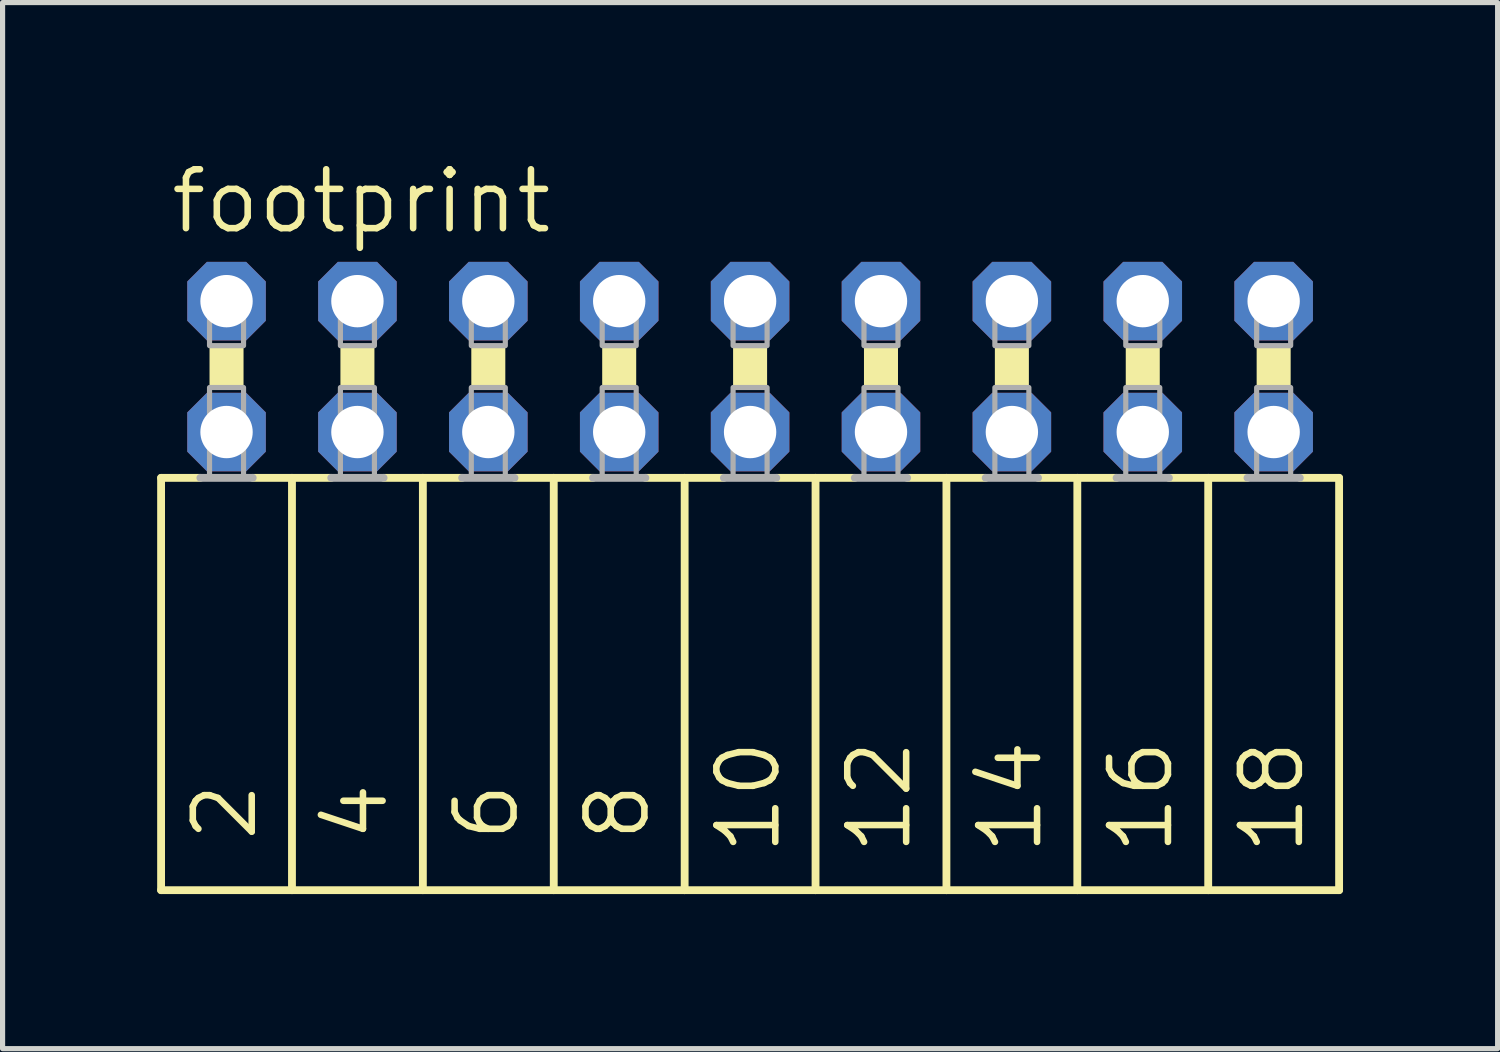
<source format=kicad_pcb>
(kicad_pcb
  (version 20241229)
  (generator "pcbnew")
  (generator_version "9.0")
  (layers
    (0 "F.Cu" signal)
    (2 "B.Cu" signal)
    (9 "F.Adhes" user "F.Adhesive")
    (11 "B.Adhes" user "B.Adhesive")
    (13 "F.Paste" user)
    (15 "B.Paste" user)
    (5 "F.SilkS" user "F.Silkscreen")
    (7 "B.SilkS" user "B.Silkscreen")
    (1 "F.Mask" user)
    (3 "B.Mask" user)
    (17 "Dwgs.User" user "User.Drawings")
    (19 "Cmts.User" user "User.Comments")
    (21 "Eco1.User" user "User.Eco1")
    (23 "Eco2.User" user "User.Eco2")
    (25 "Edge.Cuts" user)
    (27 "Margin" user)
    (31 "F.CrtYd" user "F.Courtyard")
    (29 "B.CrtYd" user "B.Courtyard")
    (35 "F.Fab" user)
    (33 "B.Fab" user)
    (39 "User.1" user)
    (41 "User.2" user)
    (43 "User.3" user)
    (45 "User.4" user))
  (footprint "footprint"
    (layer "F.Cu")
    (at 11.506 4.064)
    (property "Reference" "footprint" (at -11.303 -2.54 0) (layer "F.SilkS") (effects (font (size 1.143 1.143) (thickness 0.127)) (justify left bottom)))
    (fp_line (start -11.43 2.159) (end -11.43 10.16) (stroke (width 0.152) (type solid)) (layer "F.SilkS"))
    (fp_line (start -11.43 2.159) (end -10.668 2.159) (stroke (width 0.152) (type solid)) (layer "F.SilkS"))
    (fp_line (start -9.652 2.159) (end -8.89 2.159) (stroke (width 0.152) (type solid)) (layer "F.SilkS"))
    (fp_line (start -8.89 2.159) (end -8.89 10.16) (stroke (width 0.152) (type solid)) (layer "F.SilkS"))
    (fp_line (start -8.89 2.159) (end -8.128 2.159) (stroke (width 0.152) (type solid)) (layer "F.SilkS"))
    (fp_line (start -8.89 10.16) (end -11.43 10.16) (stroke (width 0.152) (type solid)) (layer "F.SilkS"))
    (fp_line (start -7.112 2.159) (end -6.35 2.159) (stroke (width 0.152) (type solid)) (layer "F.SilkS"))
    (fp_line (start -6.35 2.159) (end -6.35 10.16) (stroke (width 0.152) (type solid)) (layer "F.SilkS"))
    (fp_line (start -6.35 2.159) (end -5.588 2.159) (stroke (width 0.152) (type solid)) (layer "F.SilkS"))
    (fp_line (start -6.35 10.16) (end -8.89 10.16) (stroke (width 0.152) (type solid)) (layer "F.SilkS"))
    (fp_line (start -4.572 2.159) (end -3.81 2.159) (stroke (width 0.152) (type solid)) (layer "F.SilkS"))
    (fp_line (start -3.81 2.159) (end -3.81 10.16) (stroke (width 0.152) (type solid)) (layer "F.SilkS"))
    (fp_line (start -3.81 10.16) (end -6.35 10.16) (stroke (width 0.152) (type solid)) (layer "F.SilkS"))
    (fp_line (start -3.048 2.159) (end -3.81 2.159) (stroke (width 0.152) (type solid)) (layer "F.SilkS"))
    (fp_line (start -1.27 2.159) (end -2.032 2.159) (stroke (width 0.152) (type solid)) (layer "F.SilkS"))
    (fp_line (start -1.27 2.159) (end -1.27 10.16) (stroke (width 0.152) (type solid)) (layer "F.SilkS"))
    (fp_line (start -1.27 2.159) (end -0.508 2.159) (stroke (width 0.152) (type solid)) (layer "F.SilkS"))
    (fp_line (start -1.27 10.16) (end -3.81 10.16) (stroke (width 0.152) (type solid)) (layer "F.SilkS"))
    (fp_line (start 0.508 2.159) (end 1.27 2.159) (stroke (width 0.152) (type solid)) (layer "F.SilkS"))
    (fp_line (start 1.27 2.159) (end 1.27 10.16) (stroke (width 0.152) (type solid)) (layer "F.SilkS"))
    (fp_line (start 1.27 2.159) (end 2.032 2.159) (stroke (width 0.152) (type solid)) (layer "F.SilkS"))
    (fp_line (start 1.27 10.16) (end -1.27 10.16) (stroke (width 0.152) (type solid)) (layer "F.SilkS"))
    (fp_line (start 3.048 2.159) (end 3.81 2.159) (stroke (width 0.152) (type solid)) (layer "F.SilkS"))
    (fp_line (start 3.81 2.159) (end 3.81 10.16) (stroke (width 0.152) (type solid)) (layer "F.SilkS"))
    (fp_line (start 3.81 2.159) (end 4.572 2.159) (stroke (width 0.152) (type solid)) (layer "F.SilkS"))
    (fp_line (start 3.81 10.16) (end 1.27 10.16) (stroke (width 0.152) (type solid)) (layer "F.SilkS"))
    (fp_line (start 5.588 2.159) (end 6.35 2.159) (stroke (width 0.152) (type solid)) (layer "F.SilkS"))
    (fp_line (start 6.35 2.159) (end 6.35 10.16) (stroke (width 0.152) (type solid)) (layer "F.SilkS"))
    (fp_line (start 6.35 2.159) (end 7.112 2.159) (stroke (width 0.152) (type solid)) (layer "F.SilkS"))
    (fp_line (start 6.35 10.16) (end 3.81 10.16) (stroke (width 0.152) (type solid)) (layer "F.SilkS"))
    (fp_line (start 8.128 2.159) (end 8.89 2.159) (stroke (width 0.152) (type solid)) (layer "F.SilkS"))
    (fp_line (start 8.89 2.159) (end 8.89 10.16) (stroke (width 0.152) (type solid)) (layer "F.SilkS"))
    (fp_line (start 8.89 2.159) (end 9.652 2.159) (stroke (width 0.152) (type solid)) (layer "F.SilkS"))
    (fp_line (start 8.89 10.16) (end 6.35 10.16) (stroke (width 0.152) (type solid)) (layer "F.SilkS"))
    (fp_line (start 10.668 2.159) (end 11.43 2.159) (stroke (width 0.152) (type solid)) (layer "F.SilkS"))
    (fp_line (start 11.43 2.159) (end 11.43 10.16) (stroke (width 0.152) (type solid)) (layer "F.SilkS"))
    (fp_line (start 11.43 10.16) (end 8.89 10.16) (stroke (width 0.152) (type solid)) (layer "F.SilkS"))
    (fp_poly (pts (xy -10.49 0.406) (xy -9.83 0.406) (xy -9.83 -0.406) (xy -10.49 -0.406)) (stroke (width 0) (type solid)) (fill yes) (layer "F.SilkS"))
    (fp_poly (pts (xy -7.95 0.406) (xy -7.29 0.406) (xy -7.29 -0.406) (xy -7.95 -0.406)) (stroke (width 0) (type solid)) (fill yes) (layer "F.SilkS"))
    (fp_poly (pts (xy -5.41 0.406) (xy -4.75 0.406) (xy -4.75 -0.406) (xy -5.41 -0.406)) (stroke (width 0) (type solid)) (fill yes) (layer "F.SilkS"))
    (fp_poly (pts (xy -2.87 0.406) (xy -2.21 0.406) (xy -2.21 -0.406) (xy -2.87 -0.406)) (stroke (width 0) (type solid)) (fill yes) (layer "F.SilkS"))
    (fp_poly (pts (xy -0.33 0.406) (xy 0.33 0.406) (xy 0.33 -0.406) (xy -0.33 -0.406)) (stroke (width 0) (type solid)) (fill yes) (layer "F.SilkS"))
    (fp_poly (pts (xy 2.21 0.406) (xy 2.87 0.406) (xy 2.87 -0.406) (xy 2.21 -0.406)) (stroke (width 0) (type solid)) (fill yes) (layer "F.SilkS"))
    (fp_poly (pts (xy 4.75 0.406) (xy 5.41 0.406) (xy 5.41 -0.406) (xy 4.75 -0.406)) (stroke (width 0) (type solid)) (fill yes) (layer "F.SilkS"))
    (fp_poly (pts (xy 7.29 0.406) (xy 7.95 0.406) (xy 7.95 -0.406) (xy 7.29 -0.406)) (stroke (width 0) (type solid)) (fill yes) (layer "F.SilkS"))
    (fp_poly (pts (xy 9.83 0.406) (xy 10.49 0.406) (xy 10.49 -0.406) (xy 9.83 -0.406)) (stroke (width 0) (type solid)) (fill yes) (layer "F.SilkS"))
    (fp_line (start -10.668 2.159) (end -9.652 2.159) (stroke (width 0.152) (type solid)) (layer "F.Fab"))
    (fp_line (start -8.128 2.159) (end -7.112 2.159) (stroke (width 0.152) (type solid)) (layer "F.Fab"))
    (fp_line (start -5.588 2.159) (end -4.572 2.159) (stroke (width 0.152) (type solid)) (layer "F.Fab"))
    (fp_line (start -2.032 2.159) (end -3.048 2.159) (stroke (width 0.152) (type solid)) (layer "F.Fab"))
    (fp_line (start -0.508 2.159) (end 0.508 2.159) (stroke (width 0.152) (type solid)) (layer "F.Fab"))
    (fp_line (start 2.032 2.159) (end 3.048 2.159) (stroke (width 0.152) (type solid)) (layer "F.Fab"))
    (fp_line (start 4.572 2.159) (end 5.588 2.159) (stroke (width 0.152) (type solid)) (layer "F.Fab"))
    (fp_line (start 7.112 2.159) (end 8.128 2.159) (stroke (width 0.152) (type solid)) (layer "F.Fab"))
    (fp_line (start 9.652 2.159) (end 10.668 2.159) (stroke (width 0.152) (type solid)) (layer "F.Fab"))
    (fp_poly (pts (xy -10.49 -0.406) (xy -9.83 -0.406) (xy -9.83 -1.575) (xy -10.49 -1.575)) (stroke (width 0.1) (type solid)) (fill no) (layer "F.Fab"))
    (fp_poly (pts (xy -10.49 2.134) (xy -9.83 2.134) (xy -9.83 0.406) (xy -10.49 0.406)) (stroke (width 0.1) (type solid)) (fill no) (layer "F.Fab"))
    (fp_poly (pts (xy -7.95 -0.406) (xy -7.29 -0.406) (xy -7.29 -1.575) (xy -7.95 -1.575)) (stroke (width 0.1) (type solid)) (fill no) (layer "F.Fab"))
    (fp_poly (pts (xy -7.95 2.134) (xy -7.29 2.134) (xy -7.29 0.406) (xy -7.95 0.406)) (stroke (width 0.1) (type solid)) (fill no) (layer "F.Fab"))
    (fp_poly (pts (xy -5.41 -0.406) (xy -4.75 -0.406) (xy -4.75 -1.575) (xy -5.41 -1.575)) (stroke (width 0.1) (type solid)) (fill no) (layer "F.Fab"))
    (fp_poly (pts (xy -5.41 2.134) (xy -4.75 2.134) (xy -4.75 0.406) (xy -5.41 0.406)) (stroke (width 0.1) (type solid)) (fill no) (layer "F.Fab"))
    (fp_poly (pts (xy -2.87 -0.406) (xy -2.21 -0.406) (xy -2.21 -1.575) (xy -2.87 -1.575)) (stroke (width 0.1) (type solid)) (fill no) (layer "F.Fab"))
    (fp_poly (pts (xy -2.87 2.134) (xy -2.21 2.134) (xy -2.21 0.406) (xy -2.87 0.406)) (stroke (width 0.1) (type solid)) (fill no) (layer "F.Fab"))
    (fp_poly (pts (xy -0.33 -0.406) (xy 0.33 -0.406) (xy 0.33 -1.575) (xy -0.33 -1.575)) (stroke (width 0.1) (type solid)) (fill no) (layer "F.Fab"))
    (fp_poly (pts (xy -0.33 2.134) (xy 0.33 2.134) (xy 0.33 0.406) (xy -0.33 0.406)) (stroke (width 0.1) (type solid)) (fill no) (layer "F.Fab"))
    (fp_poly (pts (xy 2.21 -0.406) (xy 2.87 -0.406) (xy 2.87 -1.575) (xy 2.21 -1.575)) (stroke (width 0.1) (type solid)) (fill no) (layer "F.Fab"))
    (fp_poly (pts (xy 2.21 2.134) (xy 2.87 2.134) (xy 2.87 0.406) (xy 2.21 0.406)) (stroke (width 0.1) (type solid)) (fill no) (layer "F.Fab"))
    (fp_poly (pts (xy 4.75 -0.406) (xy 5.41 -0.406) (xy 5.41 -1.575) (xy 4.75 -1.575)) (stroke (width 0.1) (type solid)) (fill no) (layer "F.Fab"))
    (fp_poly (pts (xy 4.75 2.134) (xy 5.41 2.134) (xy 5.41 0.406) (xy 4.75 0.406)) (stroke (width 0.1) (type solid)) (fill no) (layer "F.Fab"))
    (fp_poly (pts (xy 7.29 -0.406) (xy 7.95 -0.406) (xy 7.95 -1.575) (xy 7.29 -1.575)) (stroke (width 0.1) (type solid)) (fill no) (layer "F.Fab"))
    (fp_poly (pts (xy 7.29 2.134) (xy 7.95 2.134) (xy 7.95 0.406) (xy 7.29 0.406)) (stroke (width 0.1) (type solid)) (fill no) (layer "F.Fab"))
    (fp_poly (pts (xy 9.83 -0.406) (xy 10.49 -0.406) (xy 10.49 -1.575) (xy 9.83 -1.575)) (stroke (width 0.1) (type solid)) (fill no) (layer "F.Fab"))
    (fp_poly (pts (xy 9.83 2.134) (xy 10.49 2.134) (xy 10.49 0.406) (xy 9.83 0.406)) (stroke (width 0.1) (type solid)) (fill no) (layer "F.Fab"))
    (fp_text user "10" (at 0.635 9.525 90) (layer "F.SilkS") (effects (font (size 1.143 1.143) (thickness 0.127)) (justify left bottom)))
    (fp_text user "4" (at -6.985 9.271 90) (layer "F.SilkS") (effects (font (size 1.143 1.143) (thickness 0.127)) (justify left bottom)))
    (fp_text user "16" (at 8.255 9.525 90) (layer "F.SilkS") (effects (font (size 1.143 1.143) (thickness 0.127)) (justify left bottom)))
    (fp_text user "6" (at -4.445 9.271 90) (layer "F.SilkS") (effects (font (size 1.143 1.143) (thickness 0.127)) (justify left bottom)))
    (fp_text user "14" (at 5.715 9.525 90) (layer "F.SilkS") (effects (font (size 1.143 1.143) (thickness 0.127)) (justify left bottom)))
    (fp_text user "8" (at -1.905 9.271 90) (layer "F.SilkS") (effects (font (size 1.143 1.143) (thickness 0.127)) (justify left bottom)))
    (fp_text user "2" (at -9.525 9.271 90) (layer "F.SilkS") (effects (font (size 1.143 1.143) (thickness 0.127)) (justify left bottom)))
    (fp_text user "12" (at 3.175 9.525 90) (layer "F.SilkS") (effects (font (size 1.143 1.143) (thickness 0.127)) (justify left bottom)))
    (fp_text user "18" (at 10.795 9.525 90) (layer "F.SilkS") (effects (font (size 1.143 1.143) (thickness 0.127)) (justify left bottom)))
    (pad "1" thru_hole roundrect (at -10.16 -1.27) (size 1.524 1.524) (drill 1.016) (layers "*.Cu" "*.Mask") (roundrect_rratio 0.25) (chamfer_ratio 0.25) (chamfer top_left top_right bottom_left bottom_right))
    (pad "2" thru_hole roundrect (at -10.16 1.27) (size 1.524 1.524) (drill 1.016) (layers "*.Cu" "*.Mask") (roundrect_rratio 0.25) (chamfer_ratio 0.25) (chamfer top_left top_right bottom_left bottom_right))
    (pad "3" thru_hole roundrect (at -7.62 -1.27) (size 1.524 1.524) (drill 1.016) (layers "*.Cu" "*.Mask") (roundrect_rratio 0.25) (chamfer_ratio 0.25) (chamfer top_left top_right bottom_left bottom_right))
    (pad "4" thru_hole roundrect (at -7.62 1.27) (size 1.524 1.524) (drill 1.016) (layers "*.Cu" "*.Mask") (roundrect_rratio 0.25) (chamfer_ratio 0.25) (chamfer top_left top_right bottom_left bottom_right))
    (pad "5" thru_hole roundrect (at -5.08 -1.27) (size 1.524 1.524) (drill 1.016) (layers "*.Cu" "*.Mask") (roundrect_rratio 0.25) (chamfer_ratio 0.25) (chamfer top_left top_right bottom_left bottom_right))
    (pad "6" thru_hole roundrect (at -5.08 1.27) (size 1.524 1.524) (drill 1.016) (layers "*.Cu" "*.Mask") (roundrect_rratio 0.25) (chamfer_ratio 0.25) (chamfer top_left top_right bottom_left bottom_right))
    (pad "7" thru_hole roundrect (at -2.54 -1.27) (size 1.524 1.524) (drill 1.016) (layers "*.Cu" "*.Mask") (roundrect_rratio 0.25) (chamfer_ratio 0.25) (chamfer top_left top_right bottom_left bottom_right))
    (pad "8" thru_hole roundrect (at -2.54 1.27) (size 1.524 1.524) (drill 1.016) (layers "*.Cu" "*.Mask") (roundrect_rratio 0.25) (chamfer_ratio 0.25) (chamfer top_left top_right bottom_left bottom_right))
    (pad "9" thru_hole roundrect (at 0 -1.27) (size 1.524 1.524) (drill 1.016) (layers "*.Cu" "*.Mask") (roundrect_rratio 0.25) (chamfer_ratio 0.25) (chamfer top_left top_right bottom_left bottom_right))
    (pad "10" thru_hole roundrect (at 0 1.27) (size 1.524 1.524) (drill 1.016) (layers "*.Cu" "*.Mask") (roundrect_rratio 0.25) (chamfer_ratio 0.25) (chamfer top_left top_right bottom_left bottom_right))
    (pad "11" thru_hole roundrect (at 2.54 -1.27) (size 1.524 1.524) (drill 1.016) (layers "*.Cu" "*.Mask") (roundrect_rratio 0.25) (chamfer_ratio 0.25) (chamfer top_left top_right bottom_left bottom_right))
    (pad "12" thru_hole roundrect (at 2.54 1.27) (size 1.524 1.524) (drill 1.016) (layers "*.Cu" "*.Mask") (roundrect_rratio 0.25) (chamfer_ratio 0.25) (chamfer top_left top_right bottom_left bottom_right))
    (pad "13" thru_hole roundrect (at 5.08 -1.27) (size 1.524 1.524) (drill 1.016) (layers "*.Cu" "*.Mask") (roundrect_rratio 0.25) (chamfer_ratio 0.25) (chamfer top_left top_right bottom_left bottom_right))
    (pad "14" thru_hole roundrect (at 5.08 1.27) (size 1.524 1.524) (drill 1.016) (layers "*.Cu" "*.Mask") (roundrect_rratio 0.25) (chamfer_ratio 0.25) (chamfer top_left top_right bottom_left bottom_right))
    (pad "15" thru_hole roundrect (at 7.62 -1.27) (size 1.524 1.524) (drill 1.016) (layers "*.Cu" "*.Mask") (roundrect_rratio 0.25) (chamfer_ratio 0.25) (chamfer top_left top_right bottom_left bottom_right))
    (pad "16" thru_hole roundrect (at 7.62 1.27) (size 1.524 1.524) (drill 1.016) (layers "*.Cu" "*.Mask") (roundrect_rratio 0.25) (chamfer_ratio 0.25) (chamfer top_left top_right bottom_left bottom_right))
    (pad "17" thru_hole roundrect (at 10.16 -1.27) (size 1.524 1.524) (drill 1.016) (layers "*.Cu" "*.Mask") (roundrect_rratio 0.25) (chamfer_ratio 0.25) (chamfer top_left top_right bottom_left bottom_right))
    (pad "18" thru_hole roundrect (at 10.16 1.27) (size 1.524 1.524) (drill 1.016) (layers "*.Cu" "*.Mask") (roundrect_rratio 0.25) (chamfer_ratio 0.25) (chamfer top_left top_right bottom_left bottom_right)))
  (gr_rect
    (start -3 -3)
    (end 26.012 17.3)
    (stroke (width 0.1) (type default))
    (fill no)
    (layer "Edge.Cuts")))
</source>
